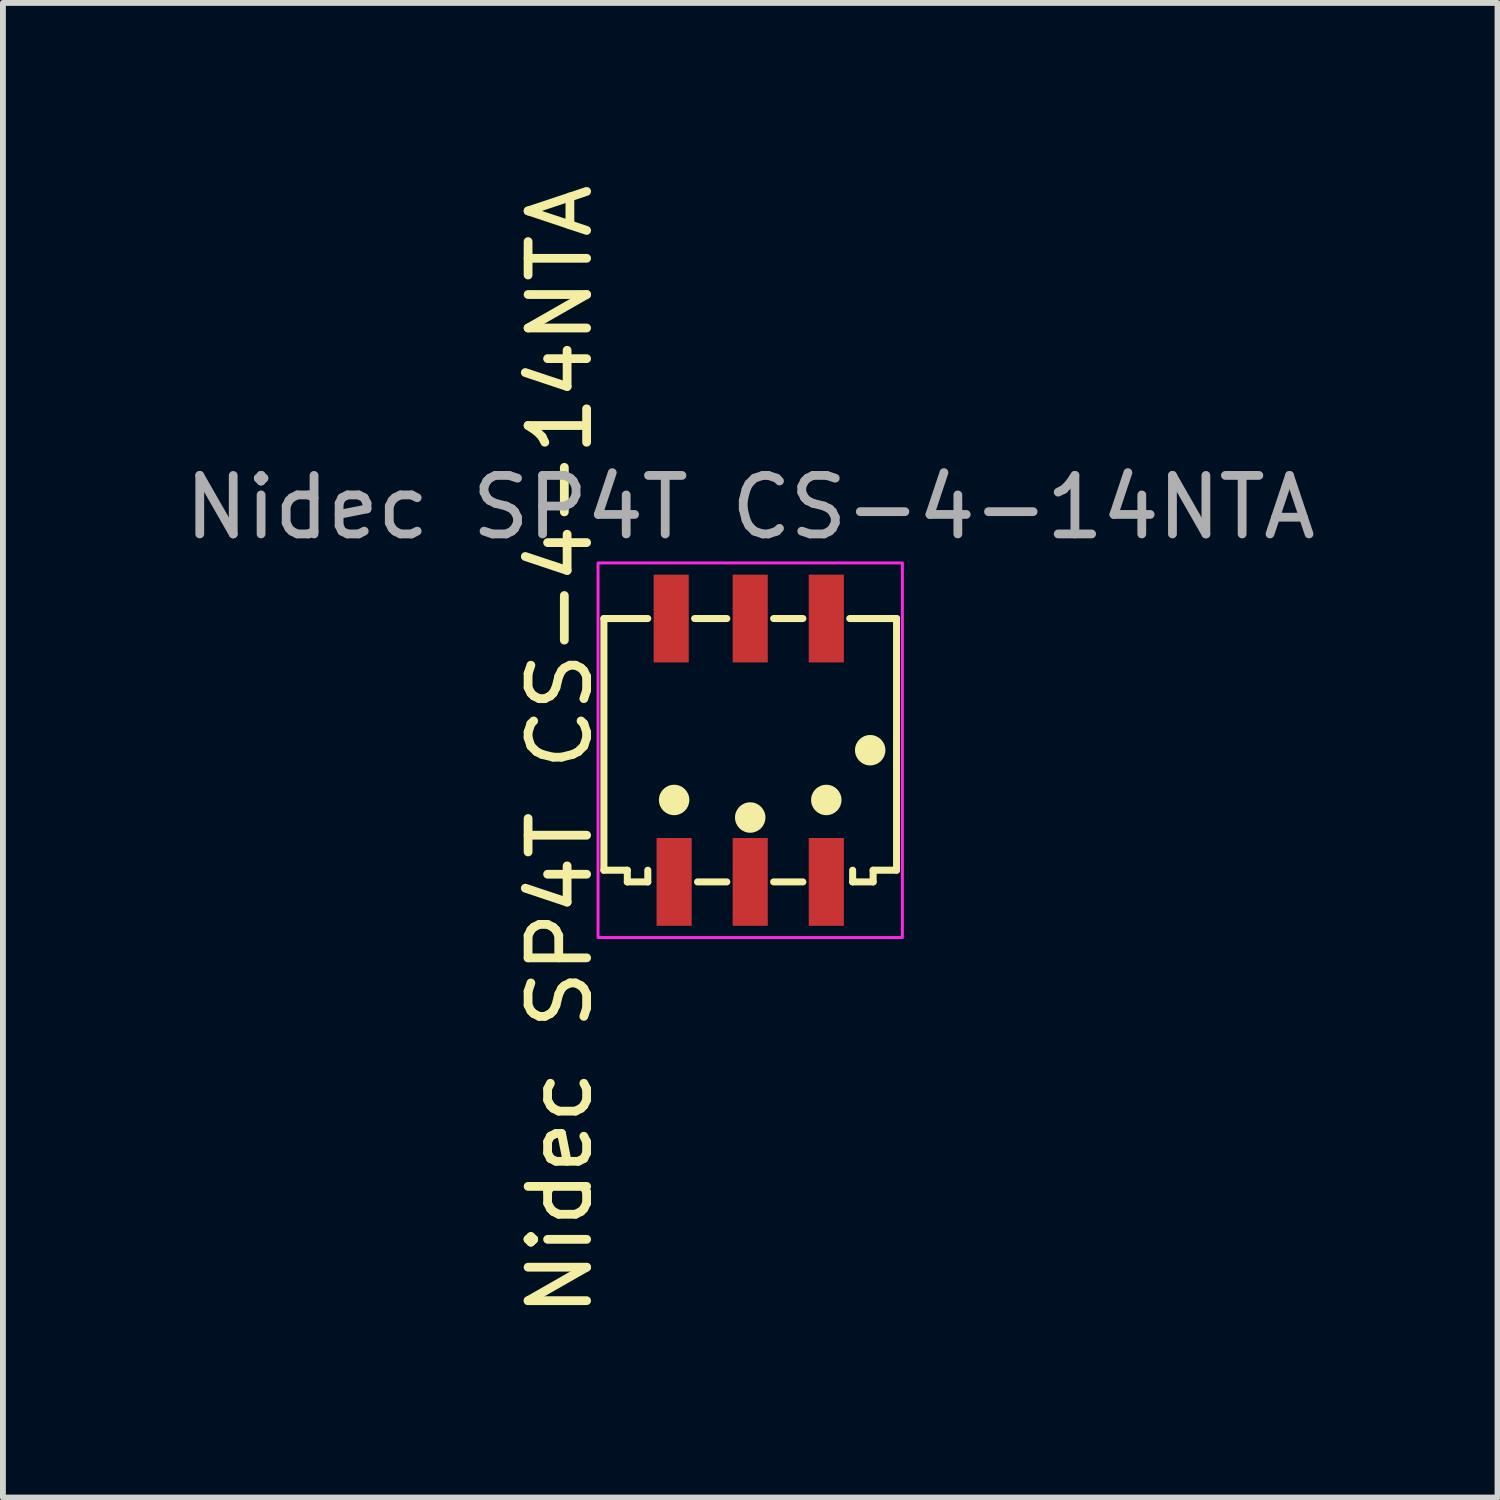
<source format=kicad_pcb>
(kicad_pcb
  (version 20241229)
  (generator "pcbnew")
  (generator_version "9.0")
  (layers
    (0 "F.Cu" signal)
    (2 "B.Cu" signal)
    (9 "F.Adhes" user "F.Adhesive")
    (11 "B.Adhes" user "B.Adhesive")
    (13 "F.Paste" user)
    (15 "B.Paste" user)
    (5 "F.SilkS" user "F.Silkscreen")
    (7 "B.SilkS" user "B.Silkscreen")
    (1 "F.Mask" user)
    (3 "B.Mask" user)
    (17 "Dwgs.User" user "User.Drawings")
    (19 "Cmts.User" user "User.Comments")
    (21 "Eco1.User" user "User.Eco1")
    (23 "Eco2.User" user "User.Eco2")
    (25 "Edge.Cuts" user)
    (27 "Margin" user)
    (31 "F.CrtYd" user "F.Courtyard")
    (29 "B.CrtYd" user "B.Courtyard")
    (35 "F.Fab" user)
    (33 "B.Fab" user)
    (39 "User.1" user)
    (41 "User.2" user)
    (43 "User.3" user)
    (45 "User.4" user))
  (footprint "Nidec SP4T CS-4-14NTA"
    (layer "F.Cu")
    (at 9.768 9.768)
    (property "Reference" "Nidec SP4T CS-4-14NTA" (at -3.25 0 90) (unlocked yes) (layer "F.SilkS") (effects (font (size 1 1) (thickness 0.15))))
    (attr smd)
    (fp_line (start -2.5 -2.25) (end -2.5 2.05) (stroke (width 0.12) (type default)) (layer "F.SilkS"))
    (fp_line (start -2.5 -2.25) (end -1.75 -2.25) (stroke (width 0.12) (type default)) (layer "F.SilkS"))
    (fp_line (start -2.1 2.05) (end -2.5 2.05) (stroke (width 0.12) (type default)) (layer "F.SilkS"))
    (fp_line (start -2.1 2.05) (end -2.1 2.25) (stroke (width 0.12) (type default)) (layer "F.SilkS"))
    (fp_line (start -2.1 2.25) (end -1.75 2.25) (stroke (width 0.12) (type default)) (layer "F.SilkS"))
    (fp_line (start -1.75 2.25) (end -1.75 2.05) (stroke (width 0.12) (type default)) (layer "F.SilkS"))
    (fp_line (start -0.9 2.25) (end -0.4 2.25) (stroke (width 0.12) (type default)) (layer "F.SilkS"))
    (fp_line (start -0.4 -2.25) (end -0.95 -2.25) (stroke (width 0.12) (type default)) (layer "F.SilkS"))
    (fp_line (start 0.4 2.25) (end 0.9 2.25) (stroke (width 0.12) (type default)) (layer "F.SilkS"))
    (fp_line (start 0.9 -2.25) (end 0.4 -2.25) (stroke (width 0.12) (type default)) (layer "F.SilkS"))
    (fp_line (start 1.75 2.25) (end 1.75 2.05) (stroke (width 0.12) (type default)) (layer "F.SilkS"))
    (fp_line (start 2.1 2.05) (end 2.1 2.25) (stroke (width 0.12) (type default)) (layer "F.SilkS"))
    (fp_line (start 2.1 2.25) (end 1.75 2.25) (stroke (width 0.12) (type default)) (layer "F.SilkS"))
    (fp_line (start 2.5 -2.25) (end 1.7 -2.25) (stroke (width 0.12) (type default)) (layer "F.SilkS"))
    (fp_line (start 2.5 -2.25) (end 2.5 2.05) (stroke (width 0.12) (type default)) (layer "F.SilkS"))
    (fp_line (start 2.5 2.05) (end 2.1 2.05) (stroke (width 0.12) (type default)) (layer "F.SilkS"))
    (fp_circle (center -1.3 0.85) (end -1.1 0.85) (stroke (width 0.12) (type solid)) (fill yes) (layer "F.SilkS"))
    (fp_circle (center 0 1.15) (end 0.2 1.15) (stroke (width 0.12) (type solid)) (fill yes) (layer "F.SilkS"))
    (fp_circle (center 1.3 0.85) (end 1.5 0.85) (stroke (width 0.12) (type solid)) (fill yes) (layer "F.SilkS"))
    (fp_circle (center 2.05 0) (end 2.25 0) (stroke (width 0.12) (type solid)) (fill yes) (layer "F.SilkS"))
    (fp_rect (start -2.6 -3.2) (end 2.6 3.2) (stroke (width 0.05) (type default)) (fill no) (layer "F.CrtYd"))
    (fp_text user "${REFERENCE}" (at 0 -4.15 0) (unlocked yes) (layer "F.Fab") (effects (font (size 1 1) (thickness 0.15))))
    (pad "1" smd rect (at 1.3 -2.25 180) (size 0.6 1.5) (layers "F.Cu" "F.Mask" "F.Paste"))
    (pad "2" smd rect (at 1.3 2.25) (size 0.6 1.5) (layers "F.Cu" "F.Mask" "F.Paste"))
    (pad "3" smd rect (at 0 2.25) (size 0.6 1.5) (layers "F.Cu" "F.Mask" "F.Paste"))
    (pad "4" smd rect (at -1.3 2.25) (size 0.6 1.5) (layers "F.Cu" "F.Mask" "F.Paste"))
    (pad "C" smd rect (at 0 -2.25) (size 0.6 1.5) (layers "F.Cu" "F.Mask" "F.Paste"))
    (pad "NC" smd rect (at -1.35 -2.25) (size 0.6 1.5) (layers "F.Cu" "F.Mask" "F.Paste")))
  (gr_rect
    (start -3 -3)
    (end 22.536 22.536)
    (stroke (width 0.1) (type default))
    (fill no)
    (layer "Edge.Cuts")))
</source>
